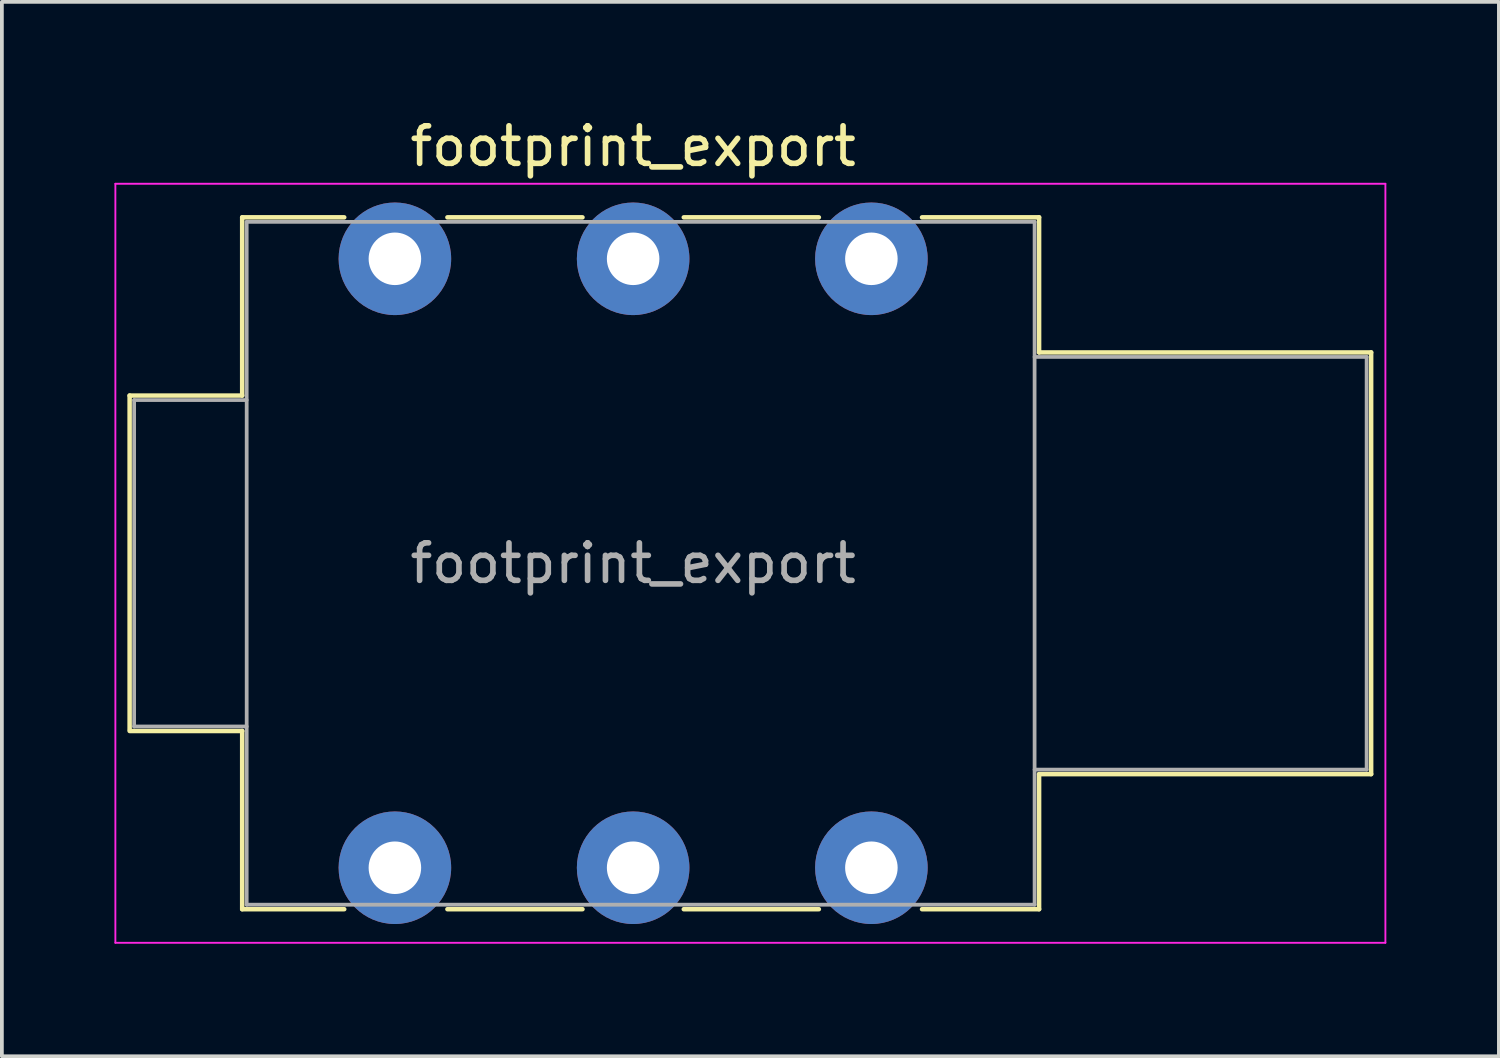
<source format=kicad_pcb>
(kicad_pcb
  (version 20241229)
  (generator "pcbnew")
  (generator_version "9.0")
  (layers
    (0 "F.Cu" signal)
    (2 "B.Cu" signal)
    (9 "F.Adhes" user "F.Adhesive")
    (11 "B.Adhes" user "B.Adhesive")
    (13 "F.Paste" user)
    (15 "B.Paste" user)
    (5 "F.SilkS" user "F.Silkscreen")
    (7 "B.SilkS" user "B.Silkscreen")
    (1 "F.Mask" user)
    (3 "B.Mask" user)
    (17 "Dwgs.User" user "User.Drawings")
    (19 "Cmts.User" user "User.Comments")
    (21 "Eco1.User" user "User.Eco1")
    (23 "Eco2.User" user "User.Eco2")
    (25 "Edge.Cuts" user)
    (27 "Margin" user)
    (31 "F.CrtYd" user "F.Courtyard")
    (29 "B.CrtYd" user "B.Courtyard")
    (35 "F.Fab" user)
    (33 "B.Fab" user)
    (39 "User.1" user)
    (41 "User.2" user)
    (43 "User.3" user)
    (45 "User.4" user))
  (footprint "footprint_export"
    (layer "F.Cu")
    (at 7.475 3.848)
    (property "Reference" "footprint_export" (at 6.35 -3 0) (layer "F.SilkS") (effects (font (size 1 1) (thickness 0.15))))
    (attr through_hole)
    (fp_line (start -7.07 3.645) (end -4.07 3.645) (stroke (width 0.12) (type solid)) (layer "F.SilkS"))
    (fp_line (start -7.07 12.545) (end -7.07 3.645) (stroke (width 0.12) (type solid)) (layer "F.SilkS"))
    (fp_line (start -7.07 12.585) (end -4.07 12.585) (stroke (width 0.12) (type solid)) (layer "F.SilkS"))
    (fp_line (start -4.07 -1.105) (end -1.35 -1.105) (stroke (width 0.12) (type solid)) (layer "F.SilkS"))
    (fp_line (start -4.07 3.645) (end -4.07 -1.105) (stroke (width 0.12) (type solid)) (layer "F.SilkS"))
    (fp_line (start -4.07 17.335) (end -4.07 12.585) (stroke (width 0.12) (type solid)) (layer "F.SilkS"))
    (fp_line (start -1.35 17.335) (end -4.07 17.335) (stroke (width 0.12) (type solid)) (layer "F.SilkS"))
    (fp_line (start 1.4 -1.105) (end 5 -1.105) (stroke (width 0.12) (type solid)) (layer "F.SilkS"))
    (fp_line (start 5 17.335) (end 1.4 17.335) (stroke (width 0.12) (type solid)) (layer "F.SilkS"))
    (fp_line (start 7.7 -1.105) (end 11.3 -1.105) (stroke (width 0.12) (type solid)) (layer "F.SilkS"))
    (fp_line (start 11.3 17.335) (end 7.7 17.335) (stroke (width 0.12) (type solid)) (layer "F.SilkS"))
    (fp_line (start 17.17 -1.105) (end 14.05 -1.105) (stroke (width 0.12) (type solid)) (layer "F.SilkS"))
    (fp_line (start 17.17 2.495) (end 17.17 -1.105) (stroke (width 0.12) (type solid)) (layer "F.SilkS"))
    (fp_line (start 17.17 2.495) (end 26.02 2.495) (stroke (width 0.12) (type solid)) (layer "F.SilkS"))
    (fp_line (start 17.17 13.735) (end 26.02 13.735) (stroke (width 0.12) (type solid)) (layer "F.SilkS"))
    (fp_line (start 17.17 17.335) (end 14.05 17.335) (stroke (width 0.12) (type solid)) (layer "F.SilkS"))
    (fp_line (start 17.17 17.335) (end 17.17 13.735) (stroke (width 0.12) (type solid)) (layer "F.SilkS"))
    (fp_line (start 26.02 13.735) (end 26.02 2.495) (stroke (width 0.12) (type solid)) (layer "F.SilkS"))
    (fp_line (start -7.45 18.23) (end -7.45 -2) (stroke (width 0.05) (type solid)) (layer "F.CrtYd"))
    (fp_line (start -7.45 18.23) (end 26.4 18.23) (stroke (width 0.05) (type solid)) (layer "F.CrtYd"))
    (fp_line (start 26.4 -2) (end -7.45 -2) (stroke (width 0.05) (type solid)) (layer "F.CrtYd"))
    (fp_line (start 26.4 18.23) (end 26.4 -2) (stroke (width 0.05) (type solid)) (layer "F.CrtYd"))
    (fp_line (start -6.95 3.765) (end -3.95 3.765) (stroke (width 0.1) (type solid)) (layer "F.Fab"))
    (fp_line (start -6.95 12.465) (end -6.95 3.765) (stroke (width 0.1) (type solid)) (layer "F.Fab"))
    (fp_line (start -6.95 12.465) (end -3.95 12.465) (stroke (width 0.1) (type solid)) (layer "F.Fab"))
    (fp_line (start -3.95 17.215) (end -3.95 -0.985) (stroke (width 0.1) (type solid)) (layer "F.Fab"))
    (fp_line (start 17.05 -0.985) (end -3.95 -0.985) (stroke (width 0.1) (type solid)) (layer "F.Fab"))
    (fp_line (start 17.05 17.215) (end -3.95 17.215) (stroke (width 0.1) (type solid)) (layer "F.Fab"))
    (fp_line (start 17.05 17.215) (end 17.05 -0.985) (stroke (width 0.1) (type solid)) (layer "F.Fab"))
    (fp_line (start 25.9 2.615) (end 17.05 2.615) (stroke (width 0.1) (type solid)) (layer "F.Fab"))
    (fp_line (start 25.9 13.615) (end 17.05 13.615) (stroke (width 0.1) (type solid)) (layer "F.Fab"))
    (fp_line (start 25.9 13.615) (end 25.9 2.615) (stroke (width 0.1) (type solid)) (layer "F.Fab"))
    (fp_text user "${REFERENCE}" (at 6.35 8.115 0) (layer "F.Fab") (effects (font (size 1 1) (thickness 0.15))))
    (pad "R" thru_hole circle (at 6.35 0) (size 3 3) (drill 1.4) (layers "*.Cu" "*.Mask"))
    (pad "RN" thru_hole circle (at 6.35 16.23) (size 3 3) (drill 1.4) (layers "*.Cu" "*.Mask"))
    (pad "S" thru_hole circle (at 12.7 0) (size 3 3) (drill 1.4) (layers "*.Cu" "*.Mask"))
    (pad "SN" thru_hole circle (at 12.7 16.23) (size 3 3) (drill 1.4) (layers "*.Cu" "*.Mask"))
    (pad "T" thru_hole circle (at 0 0) (size 3 3) (drill 1.4) (layers "*.Cu" "*.Mask"))
    (pad "TN" thru_hole circle (at 0 16.23) (size 3 3) (drill 1.4) (layers "*.Cu" "*.Mask")))
  (gr_rect
    (start -3 -3)
    (end 36.9 25.103)
    (stroke (width 0.1) (type default))
    (fill no)
    (layer "Edge.Cuts")))
</source>
